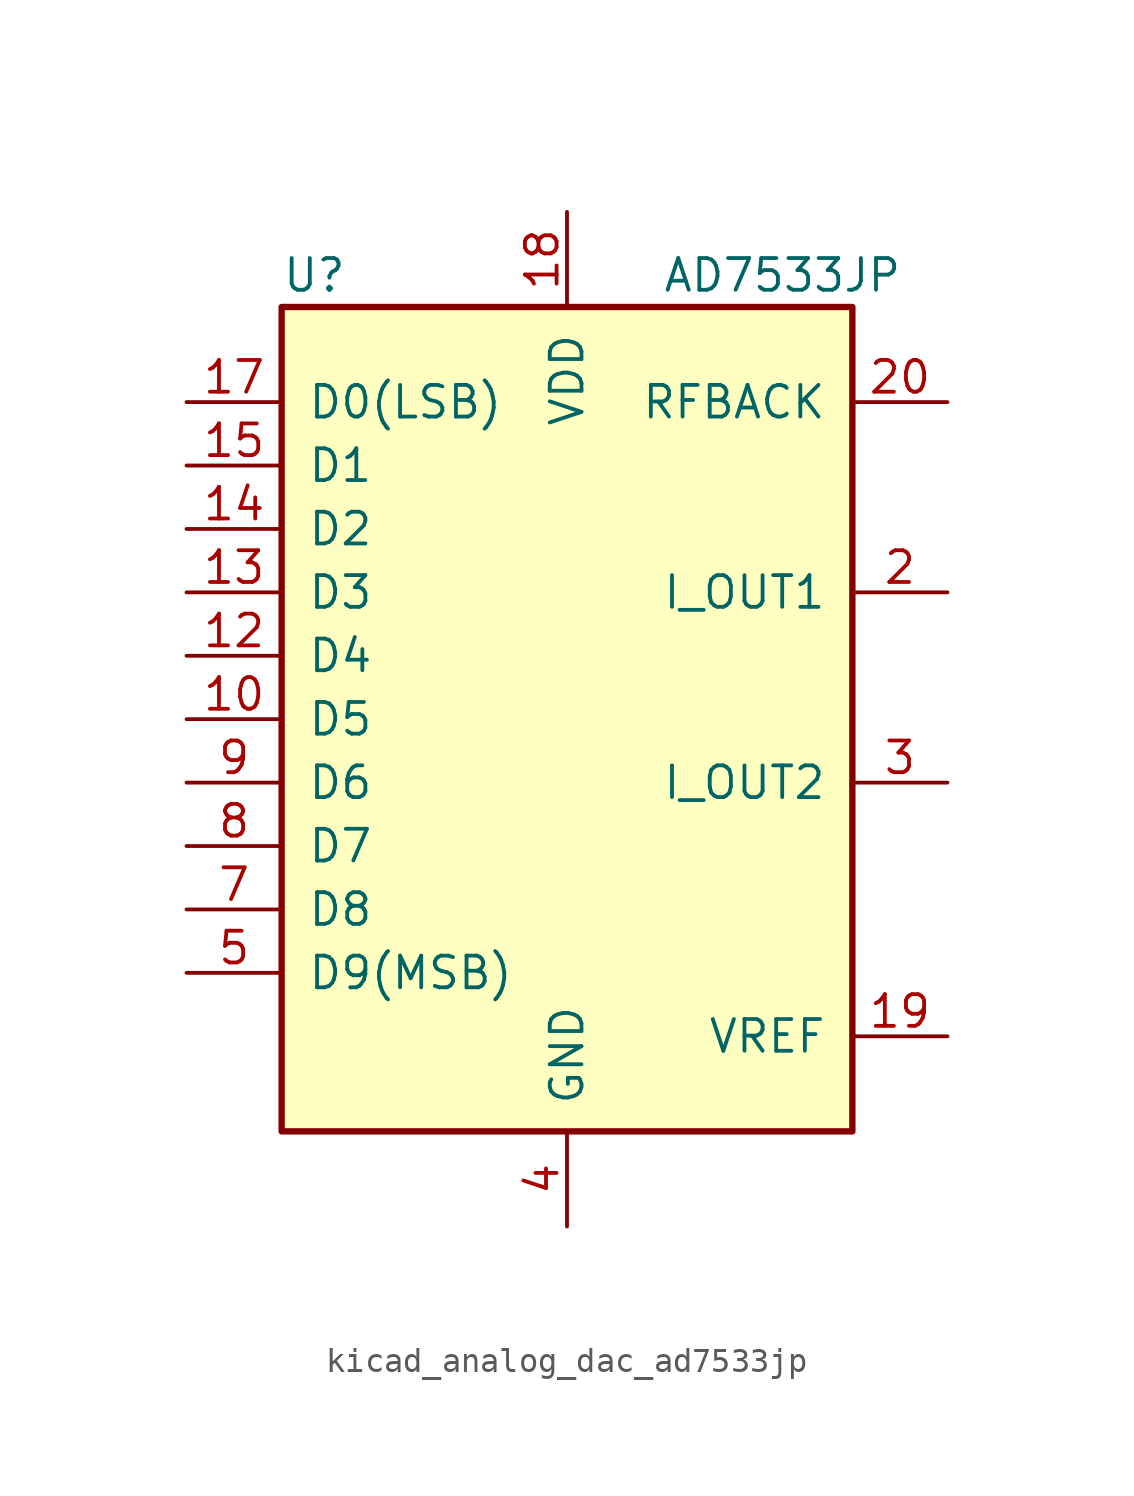
<source format=kicad_sym>
(kicad_symbol_lib
  (version 20220914)
  (generator kicad_symbol_editor)
  (symbol "kicad_analog_dac_ad7533jp"
    (pin_names
      (offset 1.016))
    (property "Reference" "U"
      (at -11.43 17.78 0)
      (effects (font (size 1.27 1.27)) (justify left)))
    (property "Value" "AD7533JP"
      (at 3.81 17.78 0)
      (effects (font (size 1.27 1.27)) (justify left)))
    (symbol "kicad_analog_dac_ad7533jp_0_1"
      (rectangle (start -11.43 -16.51) (end 11.43 16.51) (stroke (width 0.254) (type default)) (fill (type background))))
    (symbol "kicad_analog_dac_ad7533jp_1_1"
      (pin input line (at -15.24 0 0) (length 3.81) (name "D5" (effects (font (size 1.27 1.27)))) (number "10" (effects (font (size 1.27 1.27)))))
      (pin input line (at -15.24 2.54 0) (length 3.81) (name "D4" (effects (font (size 1.27 1.27)))) (number "12" (effects (font (size 1.27 1.27)))))
      (pin input line (at -15.24 5.08 0) (length 3.81) (name "D3" (effects (font (size 1.27 1.27)))) (number "13" (effects (font (size 1.27 1.27)))))
      (pin input line (at -15.24 7.62 0) (length 3.81) (name "D2" (effects (font (size 1.27 1.27)))) (number "14" (effects (font (size 1.27 1.27)))))
      (pin input line (at -15.24 10.16 0) (length 3.81) (name "D1" (effects (font (size 1.27 1.27)))) (number "15" (effects (font (size 1.27 1.27)))))
      (pin input line (at -15.24 12.7 0) (length 3.81) (name "D0(LSB)" (effects (font (size 1.27 1.27)))) (number "17" (effects (font (size 1.27 1.27)))))
      (pin power_in line (at 0 20.32 270) (length 3.81) (name "VDD" (effects (font (size 1.27 1.27)))) (number "18" (effects (font (size 1.27 1.27)))))
      (pin passive line (at 15.24 -12.7 180) (length 3.81) (name "VREF" (effects (font (size 1.27 1.27)))) (number "19" (effects (font (size 1.27 1.27)))))
      (pin passive line (at 15.24 5.08 180) (length 3.81) (name "I_OUT1" (effects (font (size 1.27 1.27)))) (number "2" (effects (font (size 1.27 1.27)))))
      (pin passive line (at 15.24 12.7 180) (length 3.81) (name "RFBACK" (effects (font (size 1.27 1.27)))) (number "20" (effects (font (size 1.27 1.27)))))
      (pin passive line (at 15.24 -2.54 180) (length 3.81) (name "I_OUT2" (effects (font (size 1.27 1.27)))) (number "3" (effects (font (size 1.27 1.27)))))
      (pin power_in line (at 0 -20.32 90) (length 3.81) (name "GND" (effects (font (size 1.27 1.27)))) (number "4" (effects (font (size 1.27 1.27)))))
      (pin input line (at -15.24 -10.16 0) (length 3.81) (name "D9(MSB)" (effects (font (size 1.27 1.27)))) (number "5" (effects (font (size 1.27 1.27)))))
      (pin input line (at -15.24 -7.62 0) (length 3.81) (name "D8" (effects (font (size 1.27 1.27)))) (number "7" (effects (font (size 1.27 1.27)))))
      (pin input line (at -15.24 -5.08 0) (length 3.81) (name "D7" (effects (font (size 1.27 1.27)))) (number "8" (effects (font (size 1.27 1.27)))))
      (pin input line (at -15.24 -2.54 0) (length 3.81) (name "D6" (effects (font (size 1.27 1.27)))) (number "9" (effects (font (size 1.27 1.27))))))))
</source>
